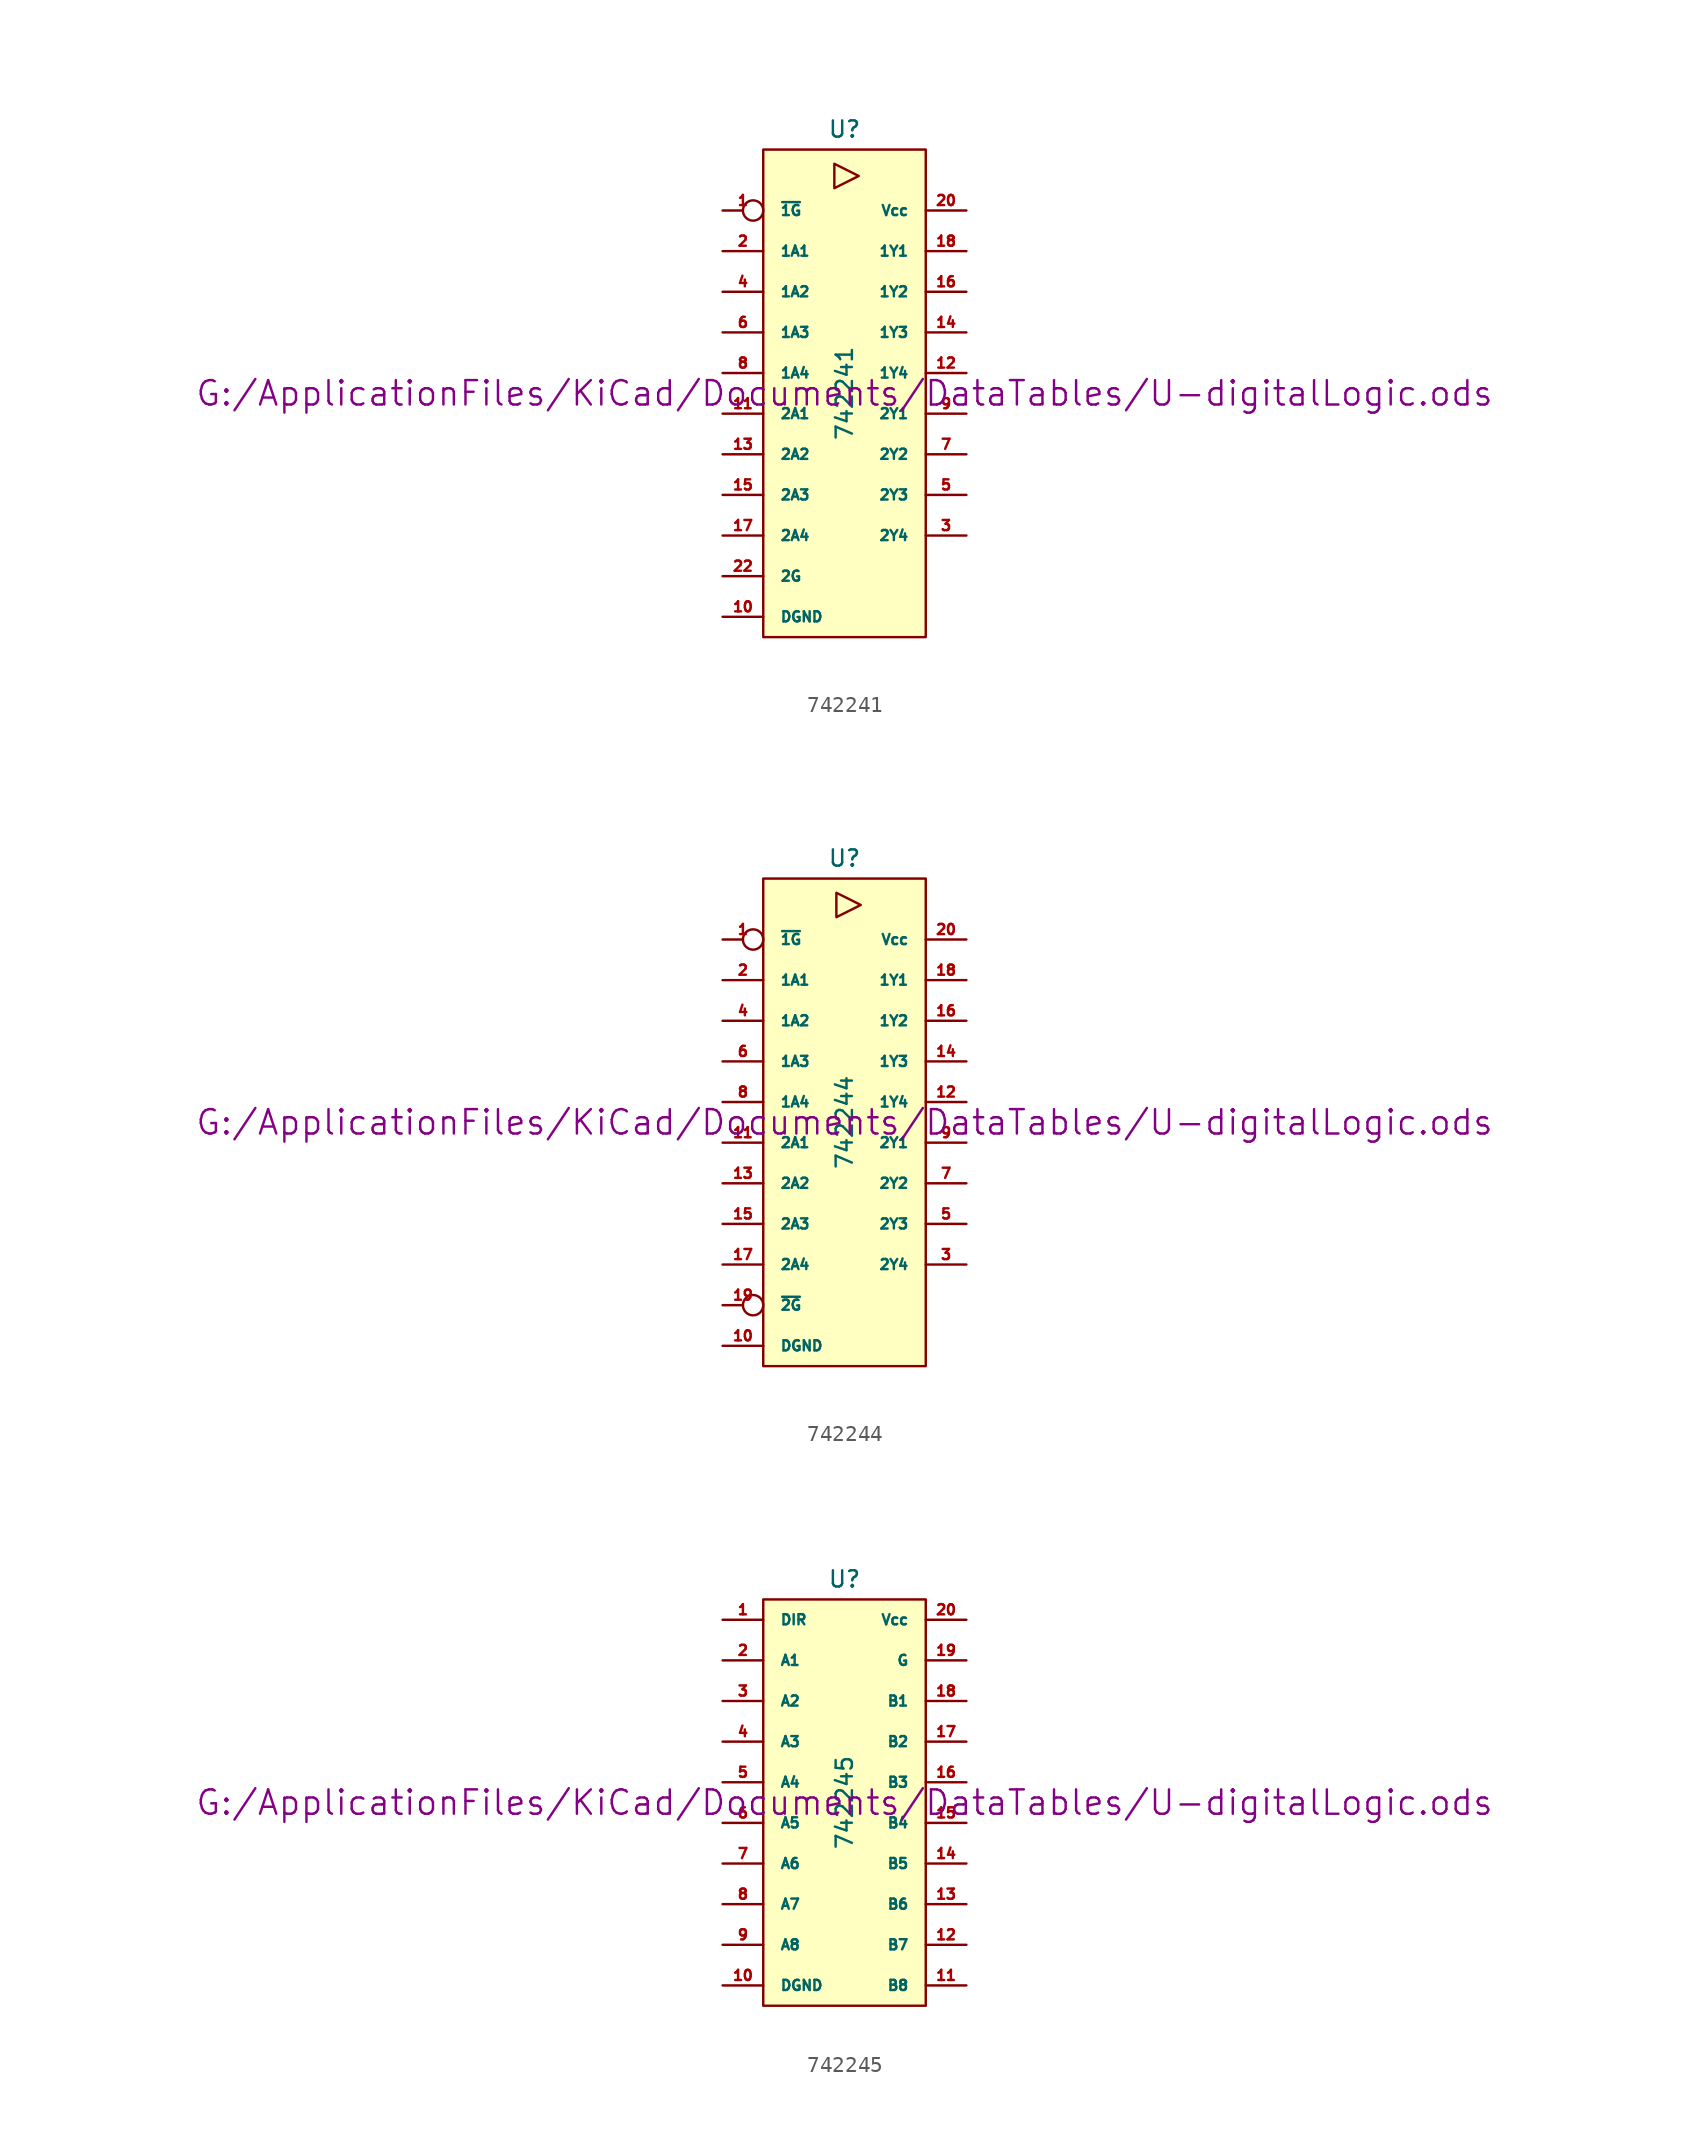
<source format=kicad_sym>
(kicad_symbol_lib
  (version 20211014)
  (generator kicad_symbol_editor)
  (symbol "742241"
    (pin_names
      (offset 1.016))
    (property "Reference" "U"
      (at 0 16.51 0)
      (effects (font (size 1.016 1.016))))
    (property "Value" "742241"
      (at 0 0 90)
      (effects (font (size 1.016 1.016))))
    (property "Footprint" ""
      (at 0 0 0)
      (effects (font (size 1.524 1.524))))
    (property "Datasheet" "G:/ApplicationFiles/KiCad/Documents/DataTables/U-digitalLogic.ods"
      (at 0 0 0)
      (effects (font (size 1.524 1.524))))
    (symbol "742241_0_0"
      (polyline (pts (xy -0.635 14.351) (xy -0.635 12.827) (xy 0.889 13.589) (xy -0.635 14.351)) (stroke (width 0) (type default) (color 0 0 0 0)) (fill (type none))))
    (symbol "742241_0_1"
      (rectangle (start -5.08 15.24) (end 5.08 -15.24) (stroke (width 0) (type default) (color 0 0 0 0)) (fill (type background))))
    (symbol "742241_1_1"
      (pin input inverted (at -7.62 11.43 0) (length 2.54) (name "~{1G}" (effects (font (size 0.635 0.635)))) (number "1" (effects (font (size 0.635 0.635)))))
      (pin power_in line (at -7.62 -13.97 0) (length 2.54) (name "DGND" (effects (font (size 0.635 0.635)))) (number "10" (effects (font (size 0.635 0.635)))))
      (pin input line (at -7.62 -1.27 0) (length 2.54) (name "2A1" (effects (font (size 0.635 0.635)))) (number "11" (effects (font (size 0.635 0.635)))))
      (pin tri_state line (at 7.62 1.27 180) (length 2.54) (name "1Y4" (effects (font (size 0.635 0.635)))) (number "12" (effects (font (size 0.635 0.635)))))
      (pin input line (at -7.62 -3.81 0) (length 2.54) (name "2A2" (effects (font (size 0.635 0.635)))) (number "13" (effects (font (size 0.635 0.635)))))
      (pin tri_state line (at 7.62 3.81 180) (length 2.54) (name "1Y3" (effects (font (size 0.635 0.635)))) (number "14" (effects (font (size 0.635 0.635)))))
      (pin input line (at -7.62 -6.35 0) (length 2.54) (name "2A3" (effects (font (size 0.635 0.635)))) (number "15" (effects (font (size 0.635 0.635)))))
      (pin tri_state line (at 7.62 6.35 180) (length 2.54) (name "1Y2" (effects (font (size 0.635 0.635)))) (number "16" (effects (font (size 0.635 0.635)))))
      (pin input line (at -7.62 -8.89 0) (length 2.54) (name "2A4" (effects (font (size 0.635 0.635)))) (number "17" (effects (font (size 0.635 0.635)))))
      (pin tri_state line (at 7.62 8.89 180) (length 2.54) (name "1Y1" (effects (font (size 0.635 0.635)))) (number "18" (effects (font (size 0.635 0.635)))))
      (pin input line (at -7.62 8.89 0) (length 2.54) (name "1A1" (effects (font (size 0.635 0.635)))) (number "2" (effects (font (size 0.635 0.635)))))
      (pin power_in line (at 7.62 11.43 180) (length 2.54) (name "Vcc" (effects (font (size 0.635 0.635)))) (number "20" (effects (font (size 0.635 0.635)))))
      (pin input line (at -7.62 -11.43 0) (length 2.54) (name "2G" (effects (font (size 0.635 0.635)))) (number "22" (effects (font (size 0.635 0.635)))))
      (pin tri_state line (at 7.62 -8.89 180) (length 2.54) (name "2Y4" (effects (font (size 0.635 0.635)))) (number "3" (effects (font (size 0.635 0.635)))))
      (pin input line (at -7.62 6.35 0) (length 2.54) (name "1A2" (effects (font (size 0.635 0.635)))) (number "4" (effects (font (size 0.635 0.635)))))
      (pin tri_state line (at 7.62 -6.35 180) (length 2.54) (name "2Y3" (effects (font (size 0.635 0.635)))) (number "5" (effects (font (size 0.635 0.635)))))
      (pin input line (at -7.62 3.81 0) (length 2.54) (name "1A3" (effects (font (size 0.635 0.635)))) (number "6" (effects (font (size 0.635 0.635)))))
      (pin tri_state line (at 7.62 -3.81 180) (length 2.54) (name "2Y2" (effects (font (size 0.635 0.635)))) (number "7" (effects (font (size 0.635 0.635)))))
      (pin input line (at -7.62 1.27 0) (length 2.54) (name "1A4" (effects (font (size 0.635 0.635)))) (number "8" (effects (font (size 0.635 0.635)))))
      (pin tri_state line (at 7.62 -1.27 180) (length 2.54) (name "2Y1" (effects (font (size 0.635 0.635)))) (number "9" (effects (font (size 0.635 0.635)))))))
  (symbol "742244"
    (pin_names
      (offset 1.016))
    (property "Reference" "U"
      (at 0 16.51 0)
      (effects (font (size 1.016 1.016))))
    (property "Value" "742244"
      (at 0 0 90)
      (effects (font (size 1.016 1.016))))
    (property "Footprint" ""
      (at 0 0 0)
      (effects (font (size 1.524 1.524))))
    (property "Datasheet" "G:/ApplicationFiles/KiCad/Documents/DataTables/U-digitalLogic.ods"
      (at 0 0 0)
      (effects (font (size 1.524 1.524))))
    (symbol "742244_0_0"
      (polyline (pts (xy -0.508 14.351) (xy -0.508 12.827) (xy 1.016 13.589) (xy -0.508 14.351)) (stroke (width 0) (type default) (color 0 0 0 0)) (fill (type none))))
    (symbol "742244_0_1"
      (rectangle (start -5.08 15.24) (end 5.08 -15.24) (stroke (width 0) (type default) (color 0 0 0 0)) (fill (type background))))
    (symbol "742244_1_1"
      (pin input inverted (at -7.62 11.43 0) (length 2.54) (name "~{1G}" (effects (font (size 0.635 0.635)))) (number "1" (effects (font (size 0.635 0.635)))))
      (pin power_in line (at -7.62 -13.97 0) (length 2.54) (name "DGND" (effects (font (size 0.635 0.635)))) (number "10" (effects (font (size 0.635 0.635)))))
      (pin input line (at -7.62 -1.27 0) (length 2.54) (name "2A1" (effects (font (size 0.635 0.635)))) (number "11" (effects (font (size 0.635 0.635)))))
      (pin tri_state line (at 7.62 1.27 180) (length 2.54) (name "1Y4" (effects (font (size 0.635 0.635)))) (number "12" (effects (font (size 0.635 0.635)))))
      (pin input line (at -7.62 -3.81 0) (length 2.54) (name "2A2" (effects (font (size 0.635 0.635)))) (number "13" (effects (font (size 0.635 0.635)))))
      (pin tri_state line (at 7.62 3.81 180) (length 2.54) (name "1Y3" (effects (font (size 0.635 0.635)))) (number "14" (effects (font (size 0.635 0.635)))))
      (pin input line (at -7.62 -6.35 0) (length 2.54) (name "2A3" (effects (font (size 0.635 0.635)))) (number "15" (effects (font (size 0.635 0.635)))))
      (pin tri_state line (at 7.62 6.35 180) (length 2.54) (name "1Y2" (effects (font (size 0.635 0.635)))) (number "16" (effects (font (size 0.635 0.635)))))
      (pin input line (at -7.62 -8.89 0) (length 2.54) (name "2A4" (effects (font (size 0.635 0.635)))) (number "17" (effects (font (size 0.635 0.635)))))
      (pin tri_state line (at 7.62 8.89 180) (length 2.54) (name "1Y1" (effects (font (size 0.635 0.635)))) (number "18" (effects (font (size 0.635 0.635)))))
      (pin input inverted (at -7.62 -11.43 0) (length 2.54) (name "~{2G}" (effects (font (size 0.635 0.635)))) (number "19" (effects (font (size 0.635 0.635)))))
      (pin input line (at -7.62 8.89 0) (length 2.54) (name "1A1" (effects (font (size 0.635 0.635)))) (number "2" (effects (font (size 0.635 0.635)))))
      (pin power_in line (at 7.62 11.43 180) (length 2.54) (name "Vcc" (effects (font (size 0.635 0.635)))) (number "20" (effects (font (size 0.635 0.635)))))
      (pin tri_state line (at 7.62 -8.89 180) (length 2.54) (name "2Y4" (effects (font (size 0.635 0.635)))) (number "3" (effects (font (size 0.635 0.635)))))
      (pin input line (at -7.62 6.35 0) (length 2.54) (name "1A2" (effects (font (size 0.635 0.635)))) (number "4" (effects (font (size 0.635 0.635)))))
      (pin tri_state line (at 7.62 -6.35 180) (length 2.54) (name "2Y3" (effects (font (size 0.635 0.635)))) (number "5" (effects (font (size 0.635 0.635)))))
      (pin input line (at -7.62 3.81 0) (length 2.54) (name "1A3" (effects (font (size 0.635 0.635)))) (number "6" (effects (font (size 0.635 0.635)))))
      (pin tri_state line (at 7.62 -3.81 180) (length 2.54) (name "2Y2" (effects (font (size 0.635 0.635)))) (number "7" (effects (font (size 0.635 0.635)))))
      (pin input line (at -7.62 1.27 0) (length 2.54) (name "1A4" (effects (font (size 0.635 0.635)))) (number "8" (effects (font (size 0.635 0.635)))))
      (pin tri_state line (at 7.62 -1.27 180) (length 2.54) (name "2Y1" (effects (font (size 0.635 0.635)))) (number "9" (effects (font (size 0.635 0.635)))))))
  (symbol "742245"
    (pin_names
      (offset 1.016))
    (property "Reference" "U"
      (at 0 13.97 0)
      (effects (font (size 1.016 1.016))))
    (property "Value" "742245"
      (at 0 0 90)
      (effects (font (size 1.016 1.016))))
    (property "Footprint" ""
      (at 0 0 0)
      (effects (font (size 1.524 1.524))))
    (property "Datasheet" "G:/ApplicationFiles/KiCad/Documents/DataTables/U-digitalLogic.ods"
      (at 0 0 0)
      (effects (font (size 1.524 1.524))))
    (symbol "742245_0_1"
      (rectangle (start -5.08 12.7) (end 5.08 -12.7) (stroke (width 0) (type default) (color 0 0 0 0)) (fill (type background))))
    (symbol "742245_1_1"
      (pin input line (at -7.62 11.43 0) (length 2.54) (name "DIR" (effects (font (size 0.635 0.635)))) (number "1" (effects (font (size 0.635 0.635)))))
      (pin power_in line (at -7.62 -11.43 0) (length 2.54) (name "DGND" (effects (font (size 0.635 0.635)))) (number "10" (effects (font (size 0.635 0.635)))))
      (pin tri_state line (at 7.62 -11.43 180) (length 2.54) (name "B8" (effects (font (size 0.635 0.635)))) (number "11" (effects (font (size 0.635 0.635)))))
      (pin tri_state line (at 7.62 -8.89 180) (length 2.54) (name "B7" (effects (font (size 0.635 0.635)))) (number "12" (effects (font (size 0.635 0.635)))))
      (pin tri_state line (at 7.62 -6.35 180) (length 2.54) (name "B6" (effects (font (size 0.635 0.635)))) (number "13" (effects (font (size 0.635 0.635)))))
      (pin tri_state line (at 7.62 -3.81 180) (length 2.54) (name "B5" (effects (font (size 0.635 0.635)))) (number "14" (effects (font (size 0.635 0.635)))))
      (pin tri_state line (at 7.62 -1.27 180) (length 2.54) (name "B4" (effects (font (size 0.635 0.635)))) (number "15" (effects (font (size 0.635 0.635)))))
      (pin tri_state line (at 7.62 1.27 180) (length 2.54) (name "B3" (effects (font (size 0.635 0.635)))) (number "16" (effects (font (size 0.635 0.635)))))
      (pin tri_state line (at 7.62 3.81 180) (length 2.54) (name "B2" (effects (font (size 0.635 0.635)))) (number "17" (effects (font (size 0.635 0.635)))))
      (pin tri_state line (at 7.62 6.35 180) (length 2.54) (name "B1" (effects (font (size 0.635 0.635)))) (number "18" (effects (font (size 0.635 0.635)))))
      (pin input line (at 7.62 8.89 180) (length 2.54) (name "G" (effects (font (size 0.635 0.635)))) (number "19" (effects (font (size 0.635 0.635)))))
      (pin tri_state line (at -7.62 8.89 0) (length 2.54) (name "A1" (effects (font (size 0.635 0.635)))) (number "2" (effects (font (size 0.635 0.635)))))
      (pin power_in line (at 7.62 11.43 180) (length 2.54) (name "Vcc" (effects (font (size 0.635 0.635)))) (number "20" (effects (font (size 0.635 0.635)))))
      (pin tri_state line (at -7.62 6.35 0) (length 2.54) (name "A2" (effects (font (size 0.635 0.635)))) (number "3" (effects (font (size 0.635 0.635)))))
      (pin tri_state line (at -7.62 3.81 0) (length 2.54) (name "A3" (effects (font (size 0.635 0.635)))) (number "4" (effects (font (size 0.635 0.635)))))
      (pin tri_state line (at -7.62 1.27 0) (length 2.54) (name "A4" (effects (font (size 0.635 0.635)))) (number "5" (effects (font (size 0.635 0.635)))))
      (pin tri_state line (at -7.62 -1.27 0) (length 2.54) (name "A5" (effects (font (size 0.635 0.635)))) (number "6" (effects (font (size 0.635 0.635)))))
      (pin tri_state line (at -7.62 -3.81 0) (length 2.54) (name "A6" (effects (font (size 0.635 0.635)))) (number "7" (effects (font (size 0.635 0.635)))))
      (pin tri_state line (at -7.62 -6.35 0) (length 2.54) (name "A7" (effects (font (size 0.635 0.635)))) (number "8" (effects (font (size 0.635 0.635)))))
      (pin tri_state line (at -7.62 -8.89 0) (length 2.54) (name "A8" (effects (font (size 0.635 0.635)))) (number "9" (effects (font (size 0.635 0.635))))))))
</source>
